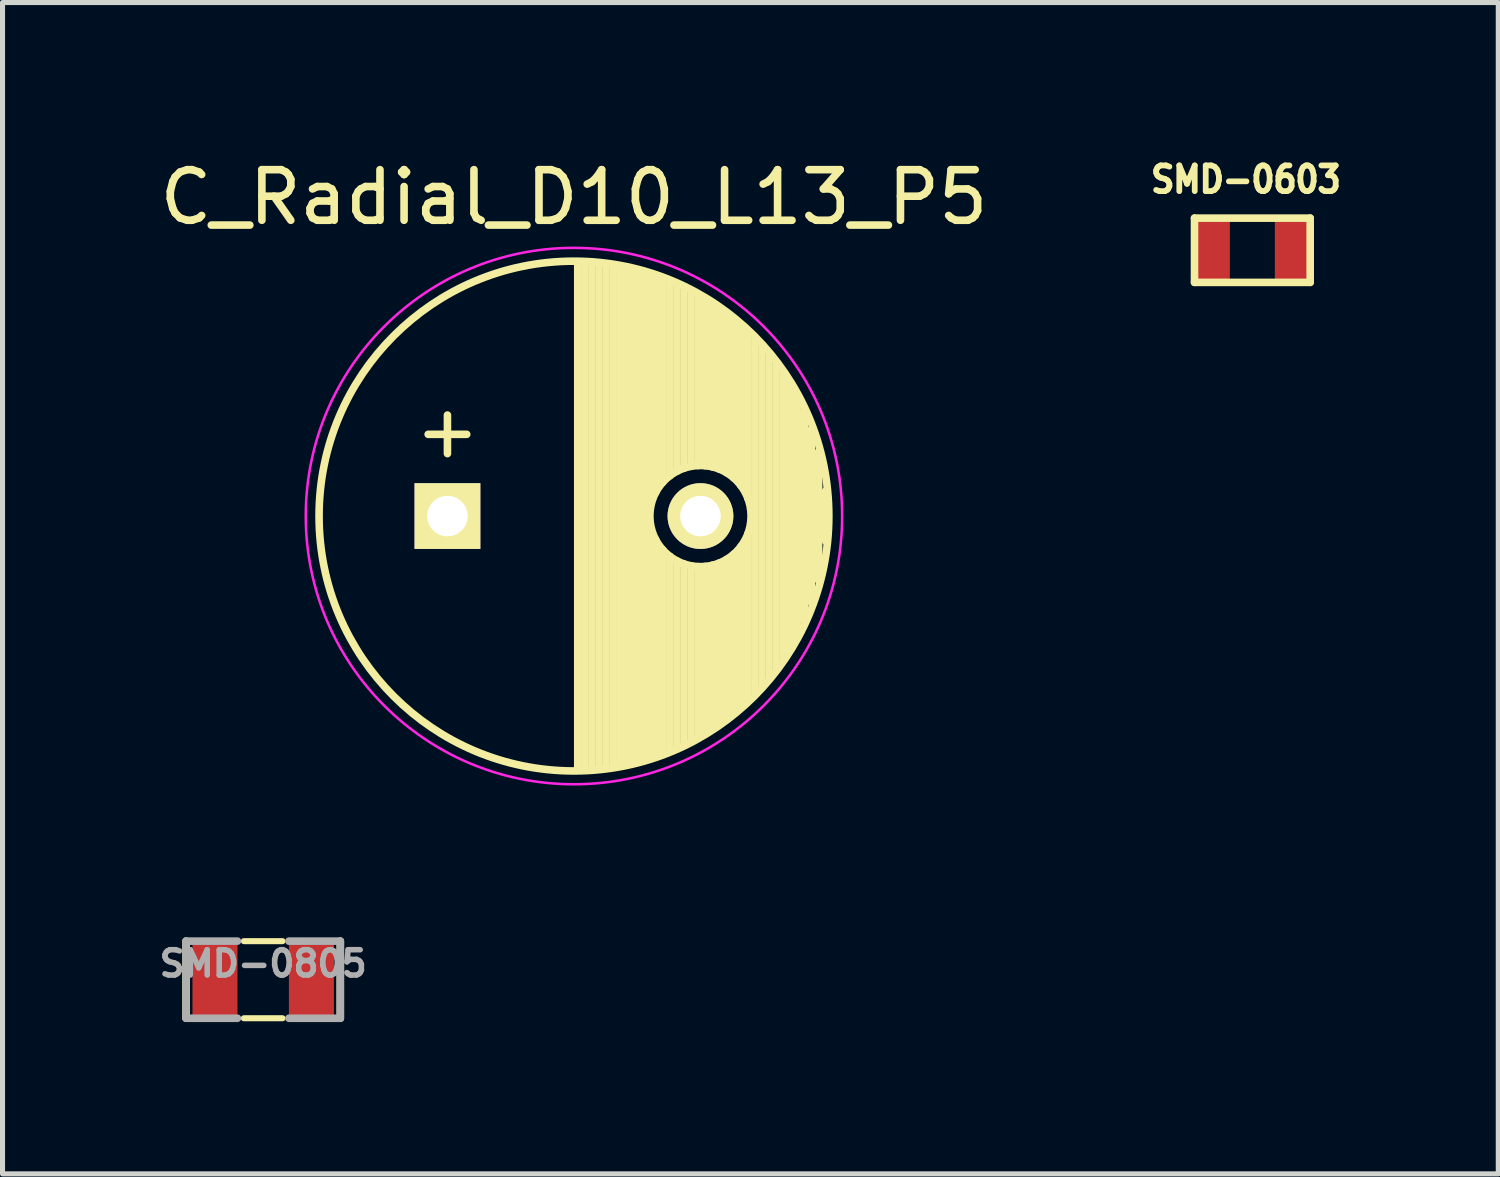
<source format=kicad_pcb>
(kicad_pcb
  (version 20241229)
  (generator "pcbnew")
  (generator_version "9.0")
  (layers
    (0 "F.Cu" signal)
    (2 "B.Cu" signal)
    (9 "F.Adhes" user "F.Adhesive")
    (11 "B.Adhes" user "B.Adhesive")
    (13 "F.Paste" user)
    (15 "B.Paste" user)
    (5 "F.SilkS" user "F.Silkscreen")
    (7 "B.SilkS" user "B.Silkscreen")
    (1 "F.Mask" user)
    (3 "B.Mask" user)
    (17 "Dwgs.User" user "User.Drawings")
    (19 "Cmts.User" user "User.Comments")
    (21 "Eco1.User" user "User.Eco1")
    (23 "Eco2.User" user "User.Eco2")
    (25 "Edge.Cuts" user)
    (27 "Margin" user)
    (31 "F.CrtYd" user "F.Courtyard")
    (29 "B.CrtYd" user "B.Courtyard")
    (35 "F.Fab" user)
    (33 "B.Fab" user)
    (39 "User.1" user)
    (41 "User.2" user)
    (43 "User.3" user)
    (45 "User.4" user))
  (footprint "SMD-0805"
    (layer "F.Cu")
    (at 2.151 16.31)
    (property "Reference" "SMD-0805" (at 0 -0.318 0) (layer "F.Fab") (effects (font (size 0.5 0.5) (thickness 0.109))))
    (attr smd)
    (fp_line (start -1.524 0.762) (end -1.524 -0.762) (stroke (width 0.15) (type solid)) (layer "F.SilkS"))
    (fp_line (start -0.381 -0.762) (end 0.381 -0.762) (stroke (width 0.12) (type solid)) (layer "F.SilkS"))
    (fp_line (start -0.381 0.762) (end 0.381 0.762) (stroke (width 0.12) (type solid)) (layer "F.SilkS"))
    (fp_line (start 1.524 -0.762) (end 1.524 0.762) (stroke (width 0.15) (type solid)) (layer "F.SilkS"))
    (fp_line (start -1.524 -0.762) (end -0.508 -0.762) (stroke (width 0.15) (type solid)) (layer "F.Fab"))
    (fp_line (start -1.524 0.762) (end -1.524 -0.762) (stroke (width 0.15) (type solid)) (layer "F.Fab"))
    (fp_line (start -0.508 0.762) (end -1.524 0.762) (stroke (width 0.15) (type solid)) (layer "F.Fab"))
    (fp_line (start 0.508 -0.762) (end 1.524 -0.762) (stroke (width 0.15) (type solid)) (layer "F.Fab"))
    (fp_line (start 1.524 -0.762) (end 1.524 0.762) (stroke (width 0.15) (type solid)) (layer "F.Fab"))
    (fp_line (start 1.524 0.762) (end 0.508 0.762) (stroke (width 0.15) (type solid)) (layer "F.Fab"))
    (pad "1" smd rect (at -0.953 0) (size 0.889 1.397) (layers "F.Cu" "F.Mask" "F.Paste"))
    (pad "2" smd rect (at 0.953 0) (size 0.889 1.397) (layers "F.Cu" "F.Mask" "F.Paste")))
  (footprint "C_Radial_D10_L13_P5"
    (layer "F.Cu")
    (at 5.792 7.148)
    (property "Reference" "C_Radial_D10_L13_P5" (at 2.5 -6.3 0) (layer "F.SilkS") (effects (font (size 1 1) (thickness 0.15))))
    (attr through_hole)
    (fp_line (start 2.575 -4.999) (end 2.575 4.999) (stroke (width 0.15) (type solid)) (layer "F.SilkS"))
    (fp_line (start 2.715 -4.995) (end 2.715 4.995) (stroke (width 0.15) (type solid)) (layer "F.SilkS"))
    (fp_line (start 2.855 -4.987) (end 2.855 4.987) (stroke (width 0.15) (type solid)) (layer "F.SilkS"))
    (fp_line (start 2.995 -4.975) (end 2.995 4.975) (stroke (width 0.15) (type solid)) (layer "F.SilkS"))
    (fp_line (start 3.135 -4.96) (end 3.135 4.96) (stroke (width 0.15) (type solid)) (layer "F.SilkS"))
    (fp_line (start 3.275 -4.94) (end 3.275 4.94) (stroke (width 0.15) (type solid)) (layer "F.SilkS"))
    (fp_line (start 3.415 -4.916) (end 3.415 4.916) (stroke (width 0.15) (type solid)) (layer "F.SilkS"))
    (fp_line (start 3.555 -4.887) (end 3.555 4.887) (stroke (width 0.15) (type solid)) (layer "F.SilkS"))
    (fp_line (start 3.695 -4.855) (end 3.695 4.855) (stroke (width 0.15) (type solid)) (layer "F.SilkS"))
    (fp_line (start 3.835 -4.818) (end 3.835 4.818) (stroke (width 0.15) (type solid)) (layer "F.SilkS"))
    (fp_line (start 3.975 -4.777) (end 3.975 4.777) (stroke (width 0.15) (type solid)) (layer "F.SilkS"))
    (fp_line (start 4.115 -4.732) (end 4.115 -0.466) (stroke (width 0.15) (type solid)) (layer "F.SilkS"))
    (fp_line (start 4.115 0.466) (end 4.115 4.732) (stroke (width 0.15) (type solid)) (layer "F.SilkS"))
    (fp_line (start 4.255 -4.682) (end 4.255 -0.667) (stroke (width 0.15) (type solid)) (layer "F.SilkS"))
    (fp_line (start 4.255 0.667) (end 4.255 4.682) (stroke (width 0.15) (type solid)) (layer "F.SilkS"))
    (fp_line (start 4.395 -4.627) (end 4.395 -0.796) (stroke (width 0.15) (type solid)) (layer "F.SilkS"))
    (fp_line (start 4.395 0.796) (end 4.395 4.627) (stroke (width 0.15) (type solid)) (layer "F.SilkS"))
    (fp_line (start 4.535 -4.567) (end 4.535 -0.885) (stroke (width 0.15) (type solid)) (layer "F.SilkS"))
    (fp_line (start 4.535 0.885) (end 4.535 4.567) (stroke (width 0.15) (type solid)) (layer "F.SilkS"))
    (fp_line (start 4.675 -4.502) (end 4.675 -0.946) (stroke (width 0.15) (type solid)) (layer "F.SilkS"))
    (fp_line (start 4.675 0.946) (end 4.675 4.502) (stroke (width 0.15) (type solid)) (layer "F.SilkS"))
    (fp_line (start 4.815 -4.432) (end 4.815 -0.983) (stroke (width 0.15) (type solid)) (layer "F.SilkS"))
    (fp_line (start 4.815 0.983) (end 4.815 4.432) (stroke (width 0.15) (type solid)) (layer "F.SilkS"))
    (fp_line (start 4.955 -4.356) (end 4.955 -0.999) (stroke (width 0.15) (type solid)) (layer "F.SilkS"))
    (fp_line (start 4.955 0.999) (end 4.955 4.356) (stroke (width 0.15) (type solid)) (layer "F.SilkS"))
    (fp_line (start 5.095 -4.274) (end 5.095 -0.995) (stroke (width 0.15) (type solid)) (layer "F.SilkS"))
    (fp_line (start 5.095 0.995) (end 5.095 4.274) (stroke (width 0.15) (type solid)) (layer "F.SilkS"))
    (fp_line (start 5.235 -4.186) (end 5.235 -0.972) (stroke (width 0.15) (type solid)) (layer "F.SilkS"))
    (fp_line (start 5.235 0.972) (end 5.235 4.186) (stroke (width 0.15) (type solid)) (layer "F.SilkS"))
    (fp_line (start 5.375 -4.091) (end 5.375 -0.927) (stroke (width 0.15) (type solid)) (layer "F.SilkS"))
    (fp_line (start 5.375 0.927) (end 5.375 4.091) (stroke (width 0.15) (type solid)) (layer "F.SilkS"))
    (fp_line (start 5.515 -3.989) (end 5.515 -0.857) (stroke (width 0.15) (type solid)) (layer "F.SilkS"))
    (fp_line (start 5.515 0.857) (end 5.515 3.989) (stroke (width 0.15) (type solid)) (layer "F.SilkS"))
    (fp_line (start 5.655 -3.879) (end 5.655 -0.756) (stroke (width 0.15) (type solid)) (layer "F.SilkS"))
    (fp_line (start 5.655 0.756) (end 5.655 3.879) (stroke (width 0.15) (type solid)) (layer "F.SilkS"))
    (fp_line (start 5.795 -3.761) (end 5.795 -0.607) (stroke (width 0.15) (type solid)) (layer "F.SilkS"))
    (fp_line (start 5.795 0.607) (end 5.795 3.761) (stroke (width 0.15) (type solid)) (layer "F.SilkS"))
    (fp_line (start 5.935 -3.633) (end 5.935 -0.355) (stroke (width 0.15) (type solid)) (layer "F.SilkS"))
    (fp_line (start 5.935 0.355) (end 5.935 3.633) (stroke (width 0.15) (type solid)) (layer "F.SilkS"))
    (fp_line (start 6.075 -3.496) (end 6.075 3.496) (stroke (width 0.15) (type solid)) (layer "F.SilkS"))
    (fp_line (start 6.215 -3.346) (end 6.215 3.346) (stroke (width 0.15) (type solid)) (layer "F.SilkS"))
    (fp_line (start 6.355 -3.184) (end 6.355 3.184) (stroke (width 0.15) (type solid)) (layer "F.SilkS"))
    (fp_line (start 6.495 -3.007) (end 6.495 3.007) (stroke (width 0.15) (type solid)) (layer "F.SilkS"))
    (fp_line (start 6.635 -2.811) (end 6.635 2.811) (stroke (width 0.15) (type solid)) (layer "F.SilkS"))
    (fp_line (start 6.775 -2.593) (end 6.775 2.593) (stroke (width 0.15) (type solid)) (layer "F.SilkS"))
    (fp_line (start 6.915 -2.347) (end 6.915 2.347) (stroke (width 0.15) (type solid)) (layer "F.SilkS"))
    (fp_line (start 7.055 -2.062) (end 7.055 2.062) (stroke (width 0.15) (type solid)) (layer "F.SilkS"))
    (fp_line (start 7.195 -1.72) (end 7.195 1.72) (stroke (width 0.15) (type solid)) (layer "F.SilkS"))
    (fp_line (start 7.335 -1.274) (end 7.335 1.274) (stroke (width 0.15) (type solid)) (layer "F.SilkS"))
    (fp_line (start 7.475 -0.499) (end 7.475 0.499) (stroke (width 0.15) (type solid)) (layer "F.SilkS"))
    (fp_circle (center 2.5 0) (end 2.5 -5.037) (stroke (width 0.15) (type solid)) (fill no) (layer "F.SilkS"))
    (fp_circle (center 5 0) (end 5 -1) (stroke (width 0.15) (type solid)) (fill no) (layer "F.SilkS"))
    (fp_circle (center 2.5 0) (end 2.5 -5.3) (stroke (width 0.05) (type solid)) (fill no) (layer "F.CrtYd"))
    (fp_text user "+" (at 0 -1.689 0) (layer "F.SilkS") (effects (font (size 1 1) (thickness 0.15))))
    (pad "1" thru_hole rect (at 0 0) (size 1.3 1.3) (drill 0.8) (layers "*.Cu" "*.Mask" "F.SilkS"))
    (pad "2" thru_hole circle (at 5 0) (size 1.3 1.3) (drill 0.8) (layers "*.Cu" "*.Mask" "F.SilkS")))
  (footprint "SMD-0603"
    (layer "F.Cu")
    (at 21.698 1.895)
    (property "Reference" "SMD-0603" (at -0.127 -1.397 0) (layer "F.SilkS") (effects (font (size 0.508 0.457) (thickness 0.114))))
    (attr smd)
    (fp_line (start -1.143 -0.635) (end 1.143 -0.635) (stroke (width 0.15) (type solid)) (layer "F.SilkS"))
    (fp_line (start -1.143 0.635) (end -1.143 -0.635) (stroke (width 0.15) (type solid)) (layer "F.SilkS"))
    (fp_line (start 1.143 -0.635) (end 1.143 0.635) (stroke (width 0.15) (type solid)) (layer "F.SilkS"))
    (fp_line (start 1.143 0.635) (end -1.143 0.635) (stroke (width 0.15) (type solid)) (layer "F.SilkS"))
    (pad "1" smd rect (at -0.762 0) (size 0.635 1.143) (layers "F.Cu" "F.Mask" "F.Paste"))
    (pad "2" smd rect (at 0.762 0) (size 0.635 1.143) (layers "F.Cu" "F.Mask" "F.Paste")))
  (gr_rect
    (start -3 -3)
    (end 26.558 20.147)
    (stroke (width 0.1) (type default))
    (fill no)
    (layer "Edge.Cuts")))
</source>
